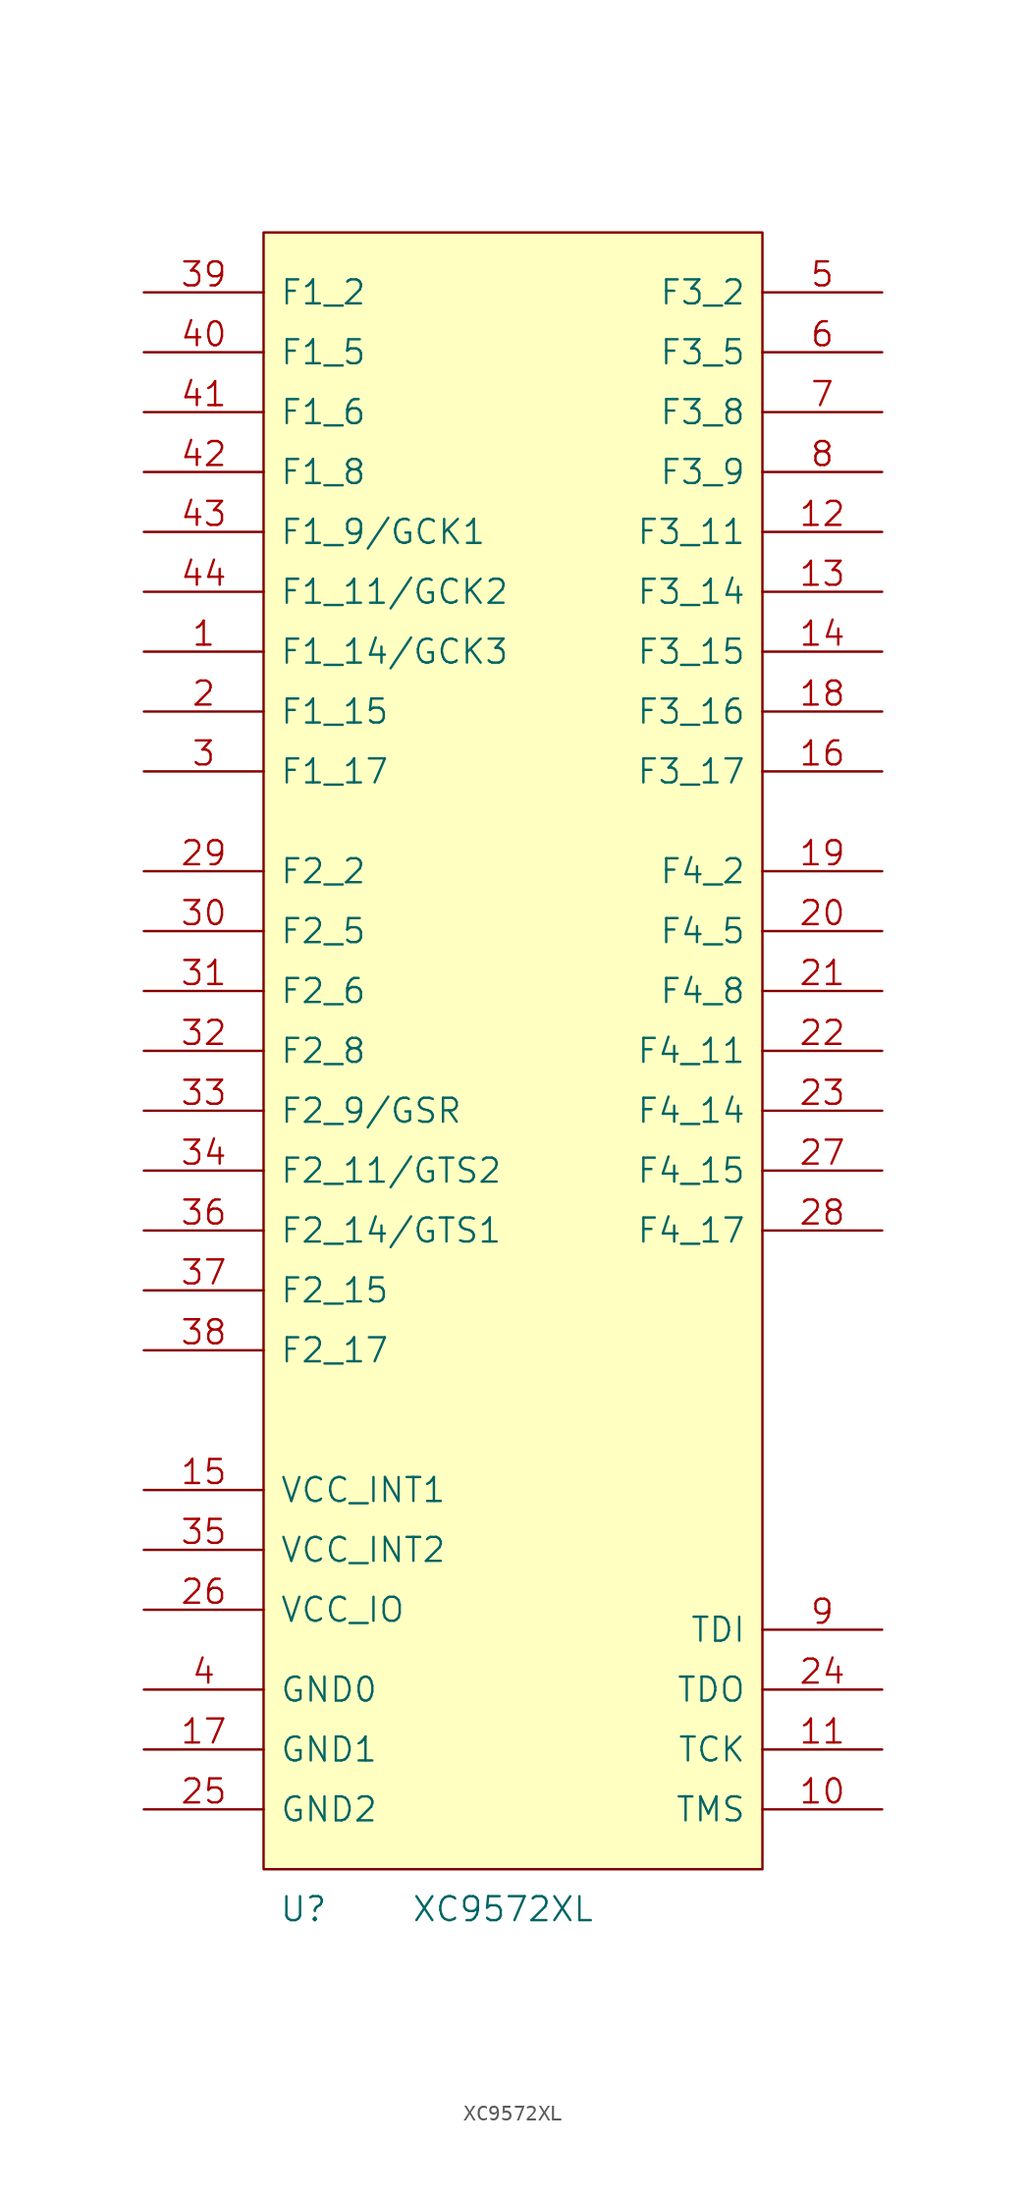
<source format=kicad_sym>
(kicad_symbol_lib
  (version 20211014)
  (generator kicad_symbol_editor)
  (symbol "XC9572XL"
    (pin_names
      (offset 1.016))
    (property "Reference" "U"
      (at 2.54 -2.54 0)
      (effects (font (size 1.524 1.524))))
    (property "Value" "XC9572XL"
      (at 15.24 -2.54 0)
      (effects (font (size 1.524 1.524))))
    (property "Footprint" ""
      (at 0 0 0)
      (effects (font (size 1.524 1.524))))
    (property "Datasheet" ""
      (at 0 0 0)
      (effects (font (size 1.524 1.524))))
    (symbol "XC9572XL_1_1"
      (rectangle (start 0 0) (end 31.75 104.14) (stroke (width 0) (type default) (color 0 0 0 0)) (fill (type background)))
      (pin bidirectional line (at -7.62 77.47 0) (length 7.62) (name "F1_14/GCK3" (effects (font (size 1.524 1.524)))) (number "1" (effects (font (size 1.524 1.524)))))
      (pin bidirectional line (at 39.37 3.81 180) (length 7.62) (name "TMS" (effects (font (size 1.524 1.524)))) (number "10" (effects (font (size 1.524 1.524)))))
      (pin bidirectional line (at 39.37 7.62 180) (length 7.62) (name "TCK" (effects (font (size 1.524 1.524)))) (number "11" (effects (font (size 1.524 1.524)))))
      (pin bidirectional line (at 39.37 85.09 180) (length 7.62) (name "F3_11" (effects (font (size 1.524 1.524)))) (number "12" (effects (font (size 1.524 1.524)))))
      (pin bidirectional line (at 39.37 81.28 180) (length 7.62) (name "F3_14" (effects (font (size 1.524 1.524)))) (number "13" (effects (font (size 1.524 1.524)))))
      (pin bidirectional line (at 39.37 77.47 180) (length 7.62) (name "F3_15" (effects (font (size 1.524 1.524)))) (number "14" (effects (font (size 1.524 1.524)))))
      (pin power_in line (at -7.62 24.13 0) (length 7.62) (name "VCC_INT1" (effects (font (size 1.524 1.524)))) (number "15" (effects (font (size 1.524 1.524)))))
      (pin bidirectional line (at 39.37 69.85 180) (length 7.62) (name "F3_17" (effects (font (size 1.524 1.524)))) (number "16" (effects (font (size 1.524 1.524)))))
      (pin power_in line (at -7.62 7.62 0) (length 7.62) (name "GND1" (effects (font (size 1.524 1.524)))) (number "17" (effects (font (size 1.524 1.524)))))
      (pin bidirectional line (at 39.37 73.66 180) (length 7.62) (name "F3_16" (effects (font (size 1.524 1.524)))) (number "18" (effects (font (size 1.524 1.524)))))
      (pin bidirectional line (at 39.37 63.5 180) (length 7.62) (name "F4_2" (effects (font (size 1.524 1.524)))) (number "19" (effects (font (size 1.524 1.524)))))
      (pin bidirectional line (at -7.62 73.66 0) (length 7.62) (name "F1_15" (effects (font (size 1.524 1.524)))) (number "2" (effects (font (size 1.524 1.524)))))
      (pin bidirectional line (at 39.37 59.69 180) (length 7.62) (name "F4_5" (effects (font (size 1.524 1.524)))) (number "20" (effects (font (size 1.524 1.524)))))
      (pin bidirectional line (at 39.37 55.88 180) (length 7.62) (name "F4_8" (effects (font (size 1.524 1.524)))) (number "21" (effects (font (size 1.524 1.524)))))
      (pin bidirectional line (at 39.37 52.07 180) (length 7.62) (name "F4_11" (effects (font (size 1.524 1.524)))) (number "22" (effects (font (size 1.524 1.524)))))
      (pin bidirectional line (at 39.37 48.26 180) (length 7.62) (name "F4_14" (effects (font (size 1.524 1.524)))) (number "23" (effects (font (size 1.524 1.524)))))
      (pin bidirectional line (at 39.37 11.43 180) (length 7.62) (name "TDO" (effects (font (size 1.524 1.524)))) (number "24" (effects (font (size 1.524 1.524)))))
      (pin power_in line (at -7.62 3.81 0) (length 7.62) (name "GND2" (effects (font (size 1.524 1.524)))) (number "25" (effects (font (size 1.524 1.524)))))
      (pin power_in line (at -7.62 16.51 0) (length 7.62) (name "VCC_IO" (effects (font (size 1.524 1.524)))) (number "26" (effects (font (size 1.524 1.524)))))
      (pin bidirectional line (at 39.37 44.45 180) (length 7.62) (name "F4_15" (effects (font (size 1.524 1.524)))) (number "27" (effects (font (size 1.524 1.524)))))
      (pin bidirectional line (at 39.37 40.64 180) (length 7.62) (name "F4_17" (effects (font (size 1.524 1.524)))) (number "28" (effects (font (size 1.524 1.524)))))
      (pin bidirectional line (at -7.62 63.5 0) (length 7.62) (name "F2_2" (effects (font (size 1.524 1.524)))) (number "29" (effects (font (size 1.524 1.524)))))
      (pin bidirectional line (at -7.62 69.85 0) (length 7.62) (name "F1_17" (effects (font (size 1.524 1.524)))) (number "3" (effects (font (size 1.524 1.524)))))
      (pin bidirectional line (at -7.62 59.69 0) (length 7.62) (name "F2_5" (effects (font (size 1.524 1.524)))) (number "30" (effects (font (size 1.524 1.524)))))
      (pin bidirectional line (at -7.62 55.88 0) (length 7.62) (name "F2_6" (effects (font (size 1.524 1.524)))) (number "31" (effects (font (size 1.524 1.524)))))
      (pin bidirectional line (at -7.62 52.07 0) (length 7.62) (name "F2_8" (effects (font (size 1.524 1.524)))) (number "32" (effects (font (size 1.524 1.524)))))
      (pin bidirectional line (at -7.62 48.26 0) (length 7.62) (name "F2_9/GSR" (effects (font (size 1.524 1.524)))) (number "33" (effects (font (size 1.524 1.524)))))
      (pin bidirectional line (at -7.62 44.45 0) (length 7.62) (name "F2_11/GTS2" (effects (font (size 1.524 1.524)))) (number "34" (effects (font (size 1.524 1.524)))))
      (pin power_in line (at -7.62 20.32 0) (length 7.62) (name "VCC_INT2" (effects (font (size 1.524 1.524)))) (number "35" (effects (font (size 1.524 1.524)))))
      (pin bidirectional line (at -7.62 40.64 0) (length 7.62) (name "F2_14/GTS1" (effects (font (size 1.524 1.524)))) (number "36" (effects (font (size 1.524 1.524)))))
      (pin bidirectional line (at -7.62 36.83 0) (length 7.62) (name "F2_15" (effects (font (size 1.524 1.524)))) (number "37" (effects (font (size 1.524 1.524)))))
      (pin bidirectional line (at -7.62 33.02 0) (length 7.62) (name "F2_17" (effects (font (size 1.524 1.524)))) (number "38" (effects (font (size 1.524 1.524)))))
      (pin bidirectional line (at -7.62 100.33 0) (length 7.62) (name "F1_2" (effects (font (size 1.524 1.524)))) (number "39" (effects (font (size 1.524 1.524)))))
      (pin power_in line (at -7.62 11.43 0) (length 7.62) (name "GND0" (effects (font (size 1.524 1.524)))) (number "4" (effects (font (size 1.524 1.524)))))
      (pin bidirectional line (at -7.62 96.52 0) (length 7.62) (name "F1_5" (effects (font (size 1.524 1.524)))) (number "40" (effects (font (size 1.524 1.524)))))
      (pin bidirectional line (at -7.62 92.71 0) (length 7.62) (name "F1_6" (effects (font (size 1.524 1.524)))) (number "41" (effects (font (size 1.524 1.524)))))
      (pin bidirectional line (at -7.62 88.9 0) (length 7.62) (name "F1_8" (effects (font (size 1.524 1.524)))) (number "42" (effects (font (size 1.524 1.524)))))
      (pin bidirectional line (at -7.62 85.09 0) (length 7.62) (name "F1_9/GCK1" (effects (font (size 1.524 1.524)))) (number "43" (effects (font (size 1.524 1.524)))))
      (pin bidirectional line (at -7.62 81.28 0) (length 7.62) (name "F1_11/GCK2" (effects (font (size 1.524 1.524)))) (number "44" (effects (font (size 1.524 1.524)))))
      (pin bidirectional line (at 39.37 100.33 180) (length 7.62) (name "F3_2" (effects (font (size 1.524 1.524)))) (number "5" (effects (font (size 1.524 1.524)))))
      (pin bidirectional line (at 39.37 96.52 180) (length 7.62) (name "F3_5" (effects (font (size 1.524 1.524)))) (number "6" (effects (font (size 1.524 1.524)))))
      (pin bidirectional line (at 39.37 92.71 180) (length 7.62) (name "F3_8" (effects (font (size 1.524 1.524)))) (number "7" (effects (font (size 1.524 1.524)))))
      (pin bidirectional line (at 39.37 88.9 180) (length 7.62) (name "F3_9" (effects (font (size 1.524 1.524)))) (number "8" (effects (font (size 1.524 1.524)))))
      (pin bidirectional line (at 39.37 15.24 180) (length 7.62) (name "TDI" (effects (font (size 1.524 1.524)))) (number "9" (effects (font (size 1.524 1.524))))))))
</source>
